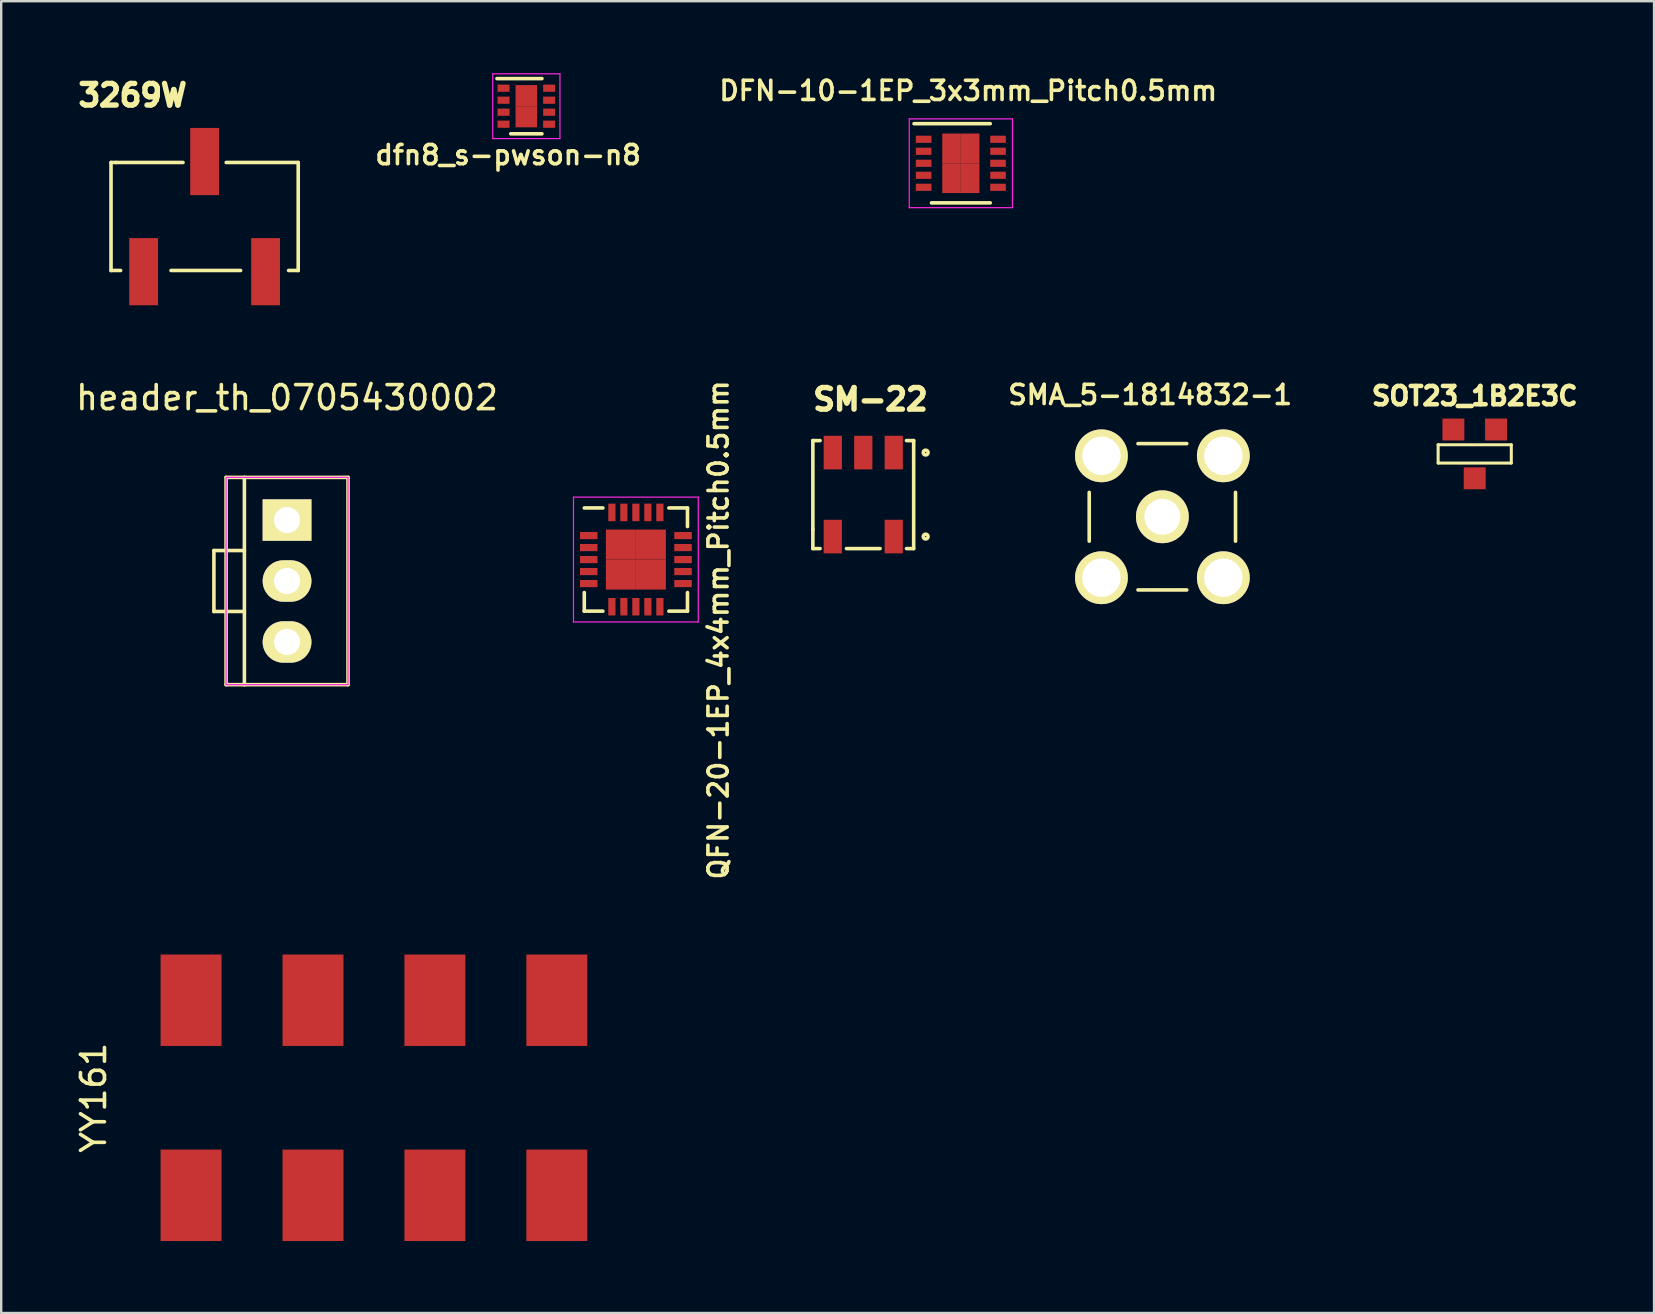
<source format=kicad_pcb>
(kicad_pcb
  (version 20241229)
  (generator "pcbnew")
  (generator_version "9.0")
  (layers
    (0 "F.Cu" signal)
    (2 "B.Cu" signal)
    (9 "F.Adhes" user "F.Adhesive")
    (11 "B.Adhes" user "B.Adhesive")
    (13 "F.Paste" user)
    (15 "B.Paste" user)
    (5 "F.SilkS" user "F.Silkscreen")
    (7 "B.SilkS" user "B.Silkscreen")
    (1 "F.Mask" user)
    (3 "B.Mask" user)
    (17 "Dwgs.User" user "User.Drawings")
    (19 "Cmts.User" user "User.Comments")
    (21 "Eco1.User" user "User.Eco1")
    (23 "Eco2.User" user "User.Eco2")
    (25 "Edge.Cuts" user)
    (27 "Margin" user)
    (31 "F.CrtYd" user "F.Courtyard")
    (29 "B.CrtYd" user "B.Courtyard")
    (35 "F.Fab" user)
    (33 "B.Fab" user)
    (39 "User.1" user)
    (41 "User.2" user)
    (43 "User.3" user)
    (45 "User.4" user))
  (footprint "YY161"
    (layer "F.Cu")
    (at 12.532 42.692)
    (property "Reference" "YY161" (at -11.684 0 90) (layer "F.SilkS") (effects (font (size 1 1) (thickness 0.15))))
    (attr through_hole)
    (pad "1" smd rect (at -7.62 4.064) (size 2.54 3.81) (layers "F.Cu" "F.Mask" "F.Paste"))
    (pad "2" smd rect (at -7.62 -4.064) (size 2.54 3.81) (layers "F.Cu" "F.Mask" "F.Paste"))
    (pad "3" smd rect (at -2.54 4.064) (size 2.54 3.81) (layers "F.Cu" "F.Mask" "F.Paste"))
    (pad "4" smd rect (at -2.54 -4.064) (size 2.54 3.81) (layers "F.Cu" "F.Mask" "F.Paste"))
    (pad "5" smd rect (at 2.54 4.064) (size 2.54 3.81) (layers "F.Cu" "F.Mask" "F.Paste"))
    (pad "6" smd rect (at 2.54 -4.064) (size 2.54 3.81) (layers "F.Cu" "F.Mask" "F.Paste"))
    (pad "7" smd rect (at 7.62 4.064) (size 2.54 3.81) (layers "F.Cu" "F.Mask" "F.Paste"))
    (pad "8" smd rect (at 7.62 -4.064) (size 2.54 3.81) (layers "F.Cu" "F.Mask" "F.Paste")))
  (footprint "QFN-20-1EP_4x4mm_Pitch0.5mm"
    (layer "F.Cu")
    (at 23.446 20.266)
    (property "Reference" "QFN-20-1EP_4x4mm_Pitch0.5mm" (at 3.439 2.931 90) (layer "F.SilkS") (effects (font (size 0.8 0.8) (thickness 0.15))))
    (attr smd)
    (fp_line (start -2.15 -2.15) (end -1.375 -2.15) (stroke (width 0.15) (type solid)) (layer "F.SilkS"))
    (fp_line (start -2.15 2.15) (end -2.15 1.375) (stroke (width 0.15) (type solid)) (layer "F.SilkS"))
    (fp_line (start -2.15 2.15) (end -1.375 2.15) (stroke (width 0.15) (type solid)) (layer "F.SilkS"))
    (fp_line (start 2.15 -2.15) (end 1.375 -2.15) (stroke (width 0.15) (type solid)) (layer "F.SilkS"))
    (fp_line (start 2.15 -2.15) (end 2.15 -1.375) (stroke (width 0.15) (type solid)) (layer "F.SilkS"))
    (fp_line (start 2.15 2.15) (end 1.375 2.15) (stroke (width 0.15) (type solid)) (layer "F.SilkS"))
    (fp_line (start 2.15 2.15) (end 2.15 1.375) (stroke (width 0.15) (type solid)) (layer "F.SilkS"))
    (fp_line (start -2.6 -2.6) (end -2.6 2.6) (stroke (width 0.05) (type solid)) (layer "F.CrtYd"))
    (fp_line (start -2.6 -2.6) (end 2.6 -2.6) (stroke (width 0.05) (type solid)) (layer "F.CrtYd"))
    (fp_line (start -2.6 2.6) (end 2.6 2.6) (stroke (width 0.05) (type solid)) (layer "F.CrtYd"))
    (fp_line (start 2.6 -2.6) (end 2.6 2.6) (stroke (width 0.05) (type solid)) (layer "F.CrtYd"))
    (pad "1" smd rect (at -1.965 -1) (size 0.73 0.3) (layers "F.Cu" "F.Mask" "F.Paste"))
    (pad "2" smd rect (at -1.965 -0.5) (size 0.73 0.3) (layers "F.Cu" "F.Mask" "F.Paste"))
    (pad "3" smd rect (at -1.965 0) (size 0.73 0.3) (layers "F.Cu" "F.Mask" "F.Paste"))
    (pad "4" smd rect (at -1.965 0.5) (size 0.73 0.3) (layers "F.Cu" "F.Mask" "F.Paste"))
    (pad "5" smd rect (at -1.965 1) (size 0.73 0.3) (layers "F.Cu" "F.Mask" "F.Paste"))
    (pad "6" smd rect (at -1 1.965 90) (size 0.73 0.3) (layers "F.Cu" "F.Mask" "F.Paste"))
    (pad "7" smd rect (at -0.5 1.965 90) (size 0.73 0.3) (layers "F.Cu" "F.Mask" "F.Paste"))
    (pad "8" smd rect (at 0 1.965 90) (size 0.73 0.3) (layers "F.Cu" "F.Mask" "F.Paste"))
    (pad "9" smd rect (at 0.5 1.965 90) (size 0.73 0.3) (layers "F.Cu" "F.Mask" "F.Paste"))
    (pad "10" smd rect (at 1 1.965 90) (size 0.73 0.3) (layers "F.Cu" "F.Mask" "F.Paste"))
    (pad "11" smd rect (at 1.965 1) (size 0.73 0.3) (layers "F.Cu" "F.Mask" "F.Paste"))
    (pad "12" smd rect (at 1.965 0.5) (size 0.73 0.3) (layers "F.Cu" "F.Mask" "F.Paste"))
    (pad "13" smd rect (at 1.965 0) (size 0.73 0.3) (layers "F.Cu" "F.Mask" "F.Paste"))
    (pad "14" smd rect (at 1.965 -0.5) (size 0.73 0.3) (layers "F.Cu" "F.Mask" "F.Paste"))
    (pad "15" smd rect (at 1.965 -1) (size 0.73 0.3) (layers "F.Cu" "F.Mask" "F.Paste"))
    (pad "16" smd rect (at 1 -1.965 90) (size 0.73 0.3) (layers "F.Cu" "F.Mask" "F.Paste"))
    (pad "17" smd rect (at 0.5 -1.965 90) (size 0.73 0.3) (layers "F.Cu" "F.Mask" "F.Paste"))
    (pad "18" smd rect (at 0 -1.965 90) (size 0.73 0.3) (layers "F.Cu" "F.Mask" "F.Paste"))
    (pad "19" smd rect (at -0.5 -1.965 90) (size 0.73 0.3) (layers "F.Cu" "F.Mask" "F.Paste"))
    (pad "20" smd rect (at -1 -1.965 90) (size 0.73 0.3) (layers "F.Cu" "F.Mask" "F.Paste"))
    (pad "21" smd rect (at -0.625 -0.625) (size 1.25 1.25) (layers "F.Cu" "F.Mask" "F.Paste"))
    (pad "21" smd rect (at -0.625 0.625) (size 1.25 1.25) (layers "F.Cu" "F.Mask" "F.Paste"))
    (pad "21" smd rect (at 0.625 -0.625) (size 1.25 1.25) (layers "F.Cu" "F.Mask" "F.Paste"))
    (pad "21" smd rect (at 0.625 0.625) (size 1.25 1.25) (layers "F.Cu" "F.Mask" "F.Paste")))
  (footprint "3269W"
    (layer "F.Cu")
    (at 5.476 6.021)
    (property "Reference" "3269W" (at -3 -5.1 0) (layer "F.SilkS") (effects (font (size 0.9 0.9) (thickness 0.225))))
    (attr through_hole)
    (fp_line (start -3.9 -2.3) (end -3.9 2.2) (stroke (width 0.15) (type solid)) (layer "F.SilkS"))
    (fp_line (start -3.9 2.2) (end -3.5 2.2) (stroke (width 0.15) (type solid)) (layer "F.SilkS"))
    (fp_line (start -3.7 -2.3) (end -3.9 -2.3) (stroke (width 0.15) (type solid)) (layer "F.SilkS"))
    (fp_line (start -0.9 -2.3) (end -3.7 -2.3) (stroke (width 0.15) (type solid)) (layer "F.SilkS"))
    (fp_line (start 0.9 -2.3) (end 3.9 -2.3) (stroke (width 0.15) (type solid)) (layer "F.SilkS"))
    (fp_line (start 1.5 2.2) (end -1.4 2.2) (stroke (width 0.15) (type solid)) (layer "F.SilkS"))
    (fp_line (start 3.9 -2.3) (end 3.9 2.2) (stroke (width 0.15) (type solid)) (layer "F.SilkS"))
    (fp_line (start 3.9 2.2) (end 3.5 2.2) (stroke (width 0.15) (type solid)) (layer "F.SilkS"))
    (pad "1" smd rect (at -2.54 2.25) (size 1.2 2.8) (layers "F.Cu" "F.Mask" "F.Paste"))
    (pad "2" smd rect (at 0 -2.34) (size 1.2 2.8) (layers "F.Cu" "F.Mask" "F.Paste"))
    (pad "3" smd rect (at 2.54 2.25) (size 1.2 2.8) (layers "F.Cu" "F.Mask" "F.Paste")))
  (footprint "SOT23_1B2E3C"
    (layer "F.Cu")
    (at 58.399 15.864)
    (property "Reference" "SOT23_1B2E3C" (at 0 -2.413 0) (layer "F.SilkS") (effects (font (size 0.762 0.762) (thickness 0.203))))
    (attr smd)
    (fp_line (start -1.524 -0.381) (end 1.524 -0.381) (stroke (width 0.127) (type solid)) (layer "F.SilkS"))
    (fp_line (start -1.524 0.381) (end -1.524 -0.381) (stroke (width 0.127) (type solid)) (layer "F.SilkS"))
    (fp_line (start 1.524 -0.381) (end 1.524 0.381) (stroke (width 0.127) (type solid)) (layer "F.SilkS"))
    (fp_line (start 1.524 0.381) (end -1.524 0.381) (stroke (width 0.127) (type solid)) (layer "F.SilkS"))
    (pad "1" smd rect (at 0.889 -1.016) (size 0.914 0.914) (layers "F.Cu" "F.Mask" "F.Paste"))
    (pad "2" smd rect (at -0.889 -1.016) (size 0.914 0.914) (layers "F.Cu" "F.Mask" "F.Paste"))
    (pad "3" smd rect (at 0 1.016) (size 0.914 0.914) (layers "F.Cu" "F.Mask" "F.Paste")))
  (footprint "dfn8_s-pwson-n8"
    (layer "F.Cu")
    (at 18.882 1.375)
    (property "Reference" "dfn8_s-pwson-n8" (at -0.762 2.032 0) (layer "F.SilkS") (effects (font (size 0.8 0.8) (thickness 0.15))))
    (attr smd)
    (fp_line (start -1.225 -1.15) (end 0.65 -1.15) (stroke (width 0.15) (type solid)) (layer "F.SilkS"))
    (fp_line (start -0.65 1.15) (end 0.65 1.15) (stroke (width 0.15) (type solid)) (layer "F.SilkS"))
    (fp_line (start -1.4 -1.35) (end -1.4 1.35) (stroke (width 0.05) (type solid)) (layer "F.CrtYd"))
    (fp_line (start -1.4 -1.35) (end 1.4 -1.35) (stroke (width 0.05) (type solid)) (layer "F.CrtYd"))
    (fp_line (start -1.4 1.35) (end 1.4 1.35) (stroke (width 0.05) (type solid)) (layer "F.CrtYd"))
    (fp_line (start 1.4 -1.35) (end 1.4 1.35) (stroke (width 0.05) (type solid)) (layer "F.CrtYd"))
    (pad "1" smd rect (at -0.95 -0.75) (size 0.5 0.3) (layers "F.Cu" "F.Mask" "F.Paste"))
    (pad "2" smd rect (at -0.95 -0.25) (size 0.5 0.3) (layers "F.Cu" "F.Mask" "F.Paste"))
    (pad "3" smd rect (at -0.95 0.25) (size 0.5 0.3) (layers "F.Cu" "F.Mask" "F.Paste"))
    (pad "4" smd rect (at -0.95 0.75) (size 0.5 0.3) (layers "F.Cu" "F.Mask" "F.Paste"))
    (pad "5" smd rect (at 0.95 0.75) (size 0.5 0.3) (layers "F.Cu" "F.Mask" "F.Paste"))
    (pad "6" smd rect (at 0.95 0.25) (size 0.5 0.3) (layers "F.Cu" "F.Mask" "F.Paste"))
    (pad "7" smd rect (at 0.95 -0.25) (size 0.5 0.3) (layers "F.Cu" "F.Mask" "F.Paste"))
    (pad "8" smd rect (at 0.95 -0.75) (size 0.5 0.3) (layers "F.Cu" "F.Mask" "F.Paste"))
    (pad "9" smd rect (at 0 -0.44) (size 0.9 0.88) (layers "F.Cu" "F.Mask" "F.Paste"))
    (pad "9" smd rect (at 0 0.44) (size 0.9 0.88) (layers "F.Cu" "F.Mask" "F.Paste")))
  (footprint "SM-22"
    (layer "F.Cu")
    (at 32.921 15.808)
    (property "Reference" "SM-22" (at 0.3 -2.215 0) (layer "F.SilkS") (effects (font (size 0.9 0.9) (thickness 0.225))))
    (attr through_hole)
    (fp_line (start -2.1 -0.5) (end -2.1 3.2) (stroke (width 0.15) (type solid)) (layer "F.SilkS"))
    (fp_line (start -2.1 3.2) (end -2.1 4) (stroke (width 0.15) (type solid)) (layer "F.SilkS"))
    (fp_line (start -2.1 4) (end -1.8 4) (stroke (width 0.15) (type solid)) (layer "F.SilkS"))
    (fp_line (start -1.8 -0.5) (end -2.1 -0.5) (stroke (width 0.15) (type solid)) (layer "F.SilkS"))
    (fp_line (start -0.7 4) (end 0.7 4) (stroke (width 0.15) (type solid)) (layer "F.SilkS"))
    (fp_line (start 1.8 4) (end 2.1 4) (stroke (width 0.15) (type solid)) (layer "F.SilkS"))
    (fp_line (start 2.1 -0.5) (end 1.8 -0.5) (stroke (width 0.15) (type solid)) (layer "F.SilkS"))
    (fp_line (start 2.1 4) (end 2.1 -0.5) (stroke (width 0.15) (type solid)) (layer "F.SilkS"))
    (fp_circle (center 2.6 0) (end 2.5 0) (stroke (width 0.15) (type solid)) (fill no) (layer "F.SilkS"))
    (fp_circle (center 2.6 3.5) (end 2.5 3.5) (stroke (width 0.15) (type solid)) (fill no) (layer "F.SilkS"))
    (pad "1" smd rect (at -1.27 0) (size 0.76 1.4) (layers "F.Cu" "F.Mask" "F.Paste"))
    (pad "2" smd rect (at 0 0) (size 0.76 1.4) (layers "F.Cu" "F.Mask" "F.Paste"))
    (pad "3" smd rect (at 1.27 0) (size 0.76 1.4) (layers "F.Cu" "F.Mask" "F.Paste"))
    (pad "4" smd rect (at 1.27 3.5) (size 0.76 1.4) (layers "F.Cu" "F.Mask" "F.Paste"))
    (pad "5" smd rect (at -1.27 3.5) (size 0.76 1.4) (layers "F.Cu" "F.Mask" "F.Paste")))
  (footprint "DFN-10-1EP_3x3mm_Pitch0.5mm"
    (layer "F.Cu")
    (at 36.987 3.754)
    (property "Reference" "DFN-10-1EP_3x3mm_Pitch0.5mm" (at 0.308 -3.023 0) (layer "F.SilkS") (effects (font (size 0.8 0.8) (thickness 0.15))))
    (attr smd)
    (fp_line (start -1.95 -1.65) (end 1.225 -1.65) (stroke (width 0.15) (type solid)) (layer "F.SilkS"))
    (fp_line (start -1.225 1.65) (end 1.225 1.65) (stroke (width 0.15) (type solid)) (layer "F.SilkS"))
    (fp_line (start -2.15 -1.85) (end -2.15 1.85) (stroke (width 0.05) (type solid)) (layer "F.CrtYd"))
    (fp_line (start -2.15 -1.85) (end 2.15 -1.85) (stroke (width 0.05) (type solid)) (layer "F.CrtYd"))
    (fp_line (start -2.15 1.85) (end 2.15 1.85) (stroke (width 0.05) (type solid)) (layer "F.CrtYd"))
    (fp_line (start 2.15 -1.85) (end 2.15 1.85) (stroke (width 0.05) (type solid)) (layer "F.CrtYd"))
    (pad "1" smd rect (at -1.55 -1) (size 0.65 0.3) (layers "F.Cu" "F.Mask" "F.Paste"))
    (pad "2" smd rect (at -1.55 -0.5) (size 0.65 0.3) (layers "F.Cu" "F.Mask" "F.Paste"))
    (pad "3" smd rect (at -1.55 0) (size 0.65 0.3) (layers "F.Cu" "F.Mask" "F.Paste"))
    (pad "4" smd rect (at -1.55 0.5) (size 0.65 0.3) (layers "F.Cu" "F.Mask" "F.Paste"))
    (pad "5" smd rect (at -1.55 1) (size 0.65 0.3) (layers "F.Cu" "F.Mask" "F.Paste"))
    (pad "6" smd rect (at 1.55 1) (size 0.65 0.3) (layers "F.Cu" "F.Mask" "F.Paste"))
    (pad "7" smd rect (at 1.55 0.5) (size 0.65 0.3) (layers "F.Cu" "F.Mask" "F.Paste"))
    (pad "8" smd rect (at 1.55 0) (size 0.65 0.3) (layers "F.Cu" "F.Mask" "F.Paste"))
    (pad "9" smd rect (at 1.55 -0.5) (size 0.65 0.3) (layers "F.Cu" "F.Mask" "F.Paste"))
    (pad "10" smd rect (at 1.55 -1) (size 0.65 0.3) (layers "F.Cu" "F.Mask" "F.Paste"))
    (pad "11" smd rect (at -0.388 -0.62) (size 0.775 1.24) (layers "F.Cu" "F.Mask" "F.Paste"))
    (pad "11" smd rect (at -0.388 0.62) (size 0.775 1.24) (layers "F.Cu" "F.Mask" "F.Paste"))
    (pad "11" smd rect (at 0.388 -0.62) (size 0.775 1.24) (layers "F.Cu" "F.Mask" "F.Paste"))
    (pad "11" smd rect (at 0.388 0.62) (size 0.775 1.24) (layers "F.Cu" "F.Mask" "F.Paste")))
  (footprint "SMA_5-1814832-1"
    (layer "F.Cu")
    (at 45.384 18.483)
    (property "Reference" "SMA_5-1814832-1" (at -0.508 -5.08 0) (layer "F.SilkS") (effects (font (size 0.8 0.8) (thickness 0.15))))
    (attr through_hole)
    (fp_line (start -3.048 1.016) (end -3.048 -1.016) (stroke (width 0.15) (type solid)) (layer "F.SilkS"))
    (fp_line (start -1.016 -3.048) (end 1.016 -3.048) (stroke (width 0.15) (type solid)) (layer "F.SilkS"))
    (fp_line (start 1.016 3.048) (end -1.016 3.048) (stroke (width 0.15) (type solid)) (layer "F.SilkS"))
    (fp_line (start 3.048 -1.016) (end 3.048 1.016) (stroke (width 0.15) (type solid)) (layer "F.SilkS"))
    (pad "1" thru_hole circle (at 0 0) (size 2.2 2.2) (drill 1.5) (layers "*.Cu" "*.Mask" "F.SilkS"))
    (pad "2" thru_hole circle (at -2.54 -2.54) (size 2.2 2.2) (drill 1.6) (layers "*.Cu" "*.Mask" "F.SilkS"))
    (pad "3" thru_hole circle (at 2.54 -2.54) (size 2.2 2.2) (drill 1.6) (layers "*.Cu" "*.Mask" "F.SilkS"))
    (pad "4" thru_hole circle (at 2.54 2.54) (size 2.2 2.2) (drill 1.6) (layers "*.Cu" "*.Mask" "F.SilkS"))
    (pad "5" thru_hole circle (at -2.54 2.54) (size 2.2 2.2) (drill 1.6) (layers "*.Cu" "*.Mask" "F.SilkS")))
  (footprint "header_th_0705430002"
    (layer "F.Cu")
    (at 8.911 21.16)
    (property "Reference" "header_th_0705430002" (at 0 -7.64 0) (layer "F.SilkS") (effects (font (size 1 1) (thickness 0.15))))
    (attr through_hole)
    (fp_line (start -3.048 -1.27) (end -3.048 1.27) (stroke (width 0.15) (type solid)) (layer "F.SilkS"))
    (fp_line (start -3.048 1.27) (end -1.778 1.27) (stroke (width 0.15) (type solid)) (layer "F.SilkS"))
    (fp_line (start -2.54 -4.318) (end -2.54 4.318) (stroke (width 0.15) (type solid)) (layer "F.SilkS"))
    (fp_line (start -2.54 4.318) (end -1.778 4.318) (stroke (width 0.15) (type solid)) (layer "F.SilkS"))
    (fp_line (start -1.778 -4.318) (end -1.778 4.318) (stroke (width 0.15) (type solid)) (layer "F.SilkS"))
    (fp_line (start -1.778 -1.27) (end -3.048 -1.27) (stroke (width 0.15) (type solid)) (layer "F.SilkS"))
    (fp_line (start -1.778 4.318) (end 2.54 4.318) (stroke (width 0.15) (type solid)) (layer "F.SilkS"))
    (fp_line (start 2.54 -4.318) (end -2.54 -4.318) (stroke (width 0.15) (type solid)) (layer "F.SilkS"))
    (fp_line (start 2.54 4.318) (end 2.54 -4.318) (stroke (width 0.15) (type solid)) (layer "F.SilkS"))
    (fp_line (start -2.54 -4.318) (end 2.54 -4.318) (stroke (width 0.05) (type solid)) (layer "F.CrtYd"))
    (fp_line (start -2.54 -4.29) (end -2.54 4.31) (stroke (width 0.05) (type solid)) (layer "F.CrtYd"))
    (fp_line (start -2.54 4.318) (end 2.54 4.318) (stroke (width 0.05) (type solid)) (layer "F.CrtYd"))
    (fp_line (start 2.54 -4.29) (end 2.54 4.31) (stroke (width 0.05) (type solid)) (layer "F.CrtYd"))
    (pad "1" thru_hole rect (at 0 -2.54) (size 2.032 1.727) (drill 1.09) (layers "*.Cu" "*.Mask" "F.SilkS"))
    (pad "2" thru_hole oval (at 0 0) (size 2.032 1.727) (drill 1.09) (layers "*.Cu" "*.Mask" "F.SilkS"))
    (pad "3" thru_hole oval (at 0 2.54) (size 2.032 1.727) (drill 1.09) (layers "*.Cu" "*.Mask" "F.SilkS")))
  (gr_rect
    (start -3 -3)
    (end 65.872 51.661)
    (stroke (width 0.1) (type default))
    (fill no)
    (layer "Edge.Cuts")))
</source>
